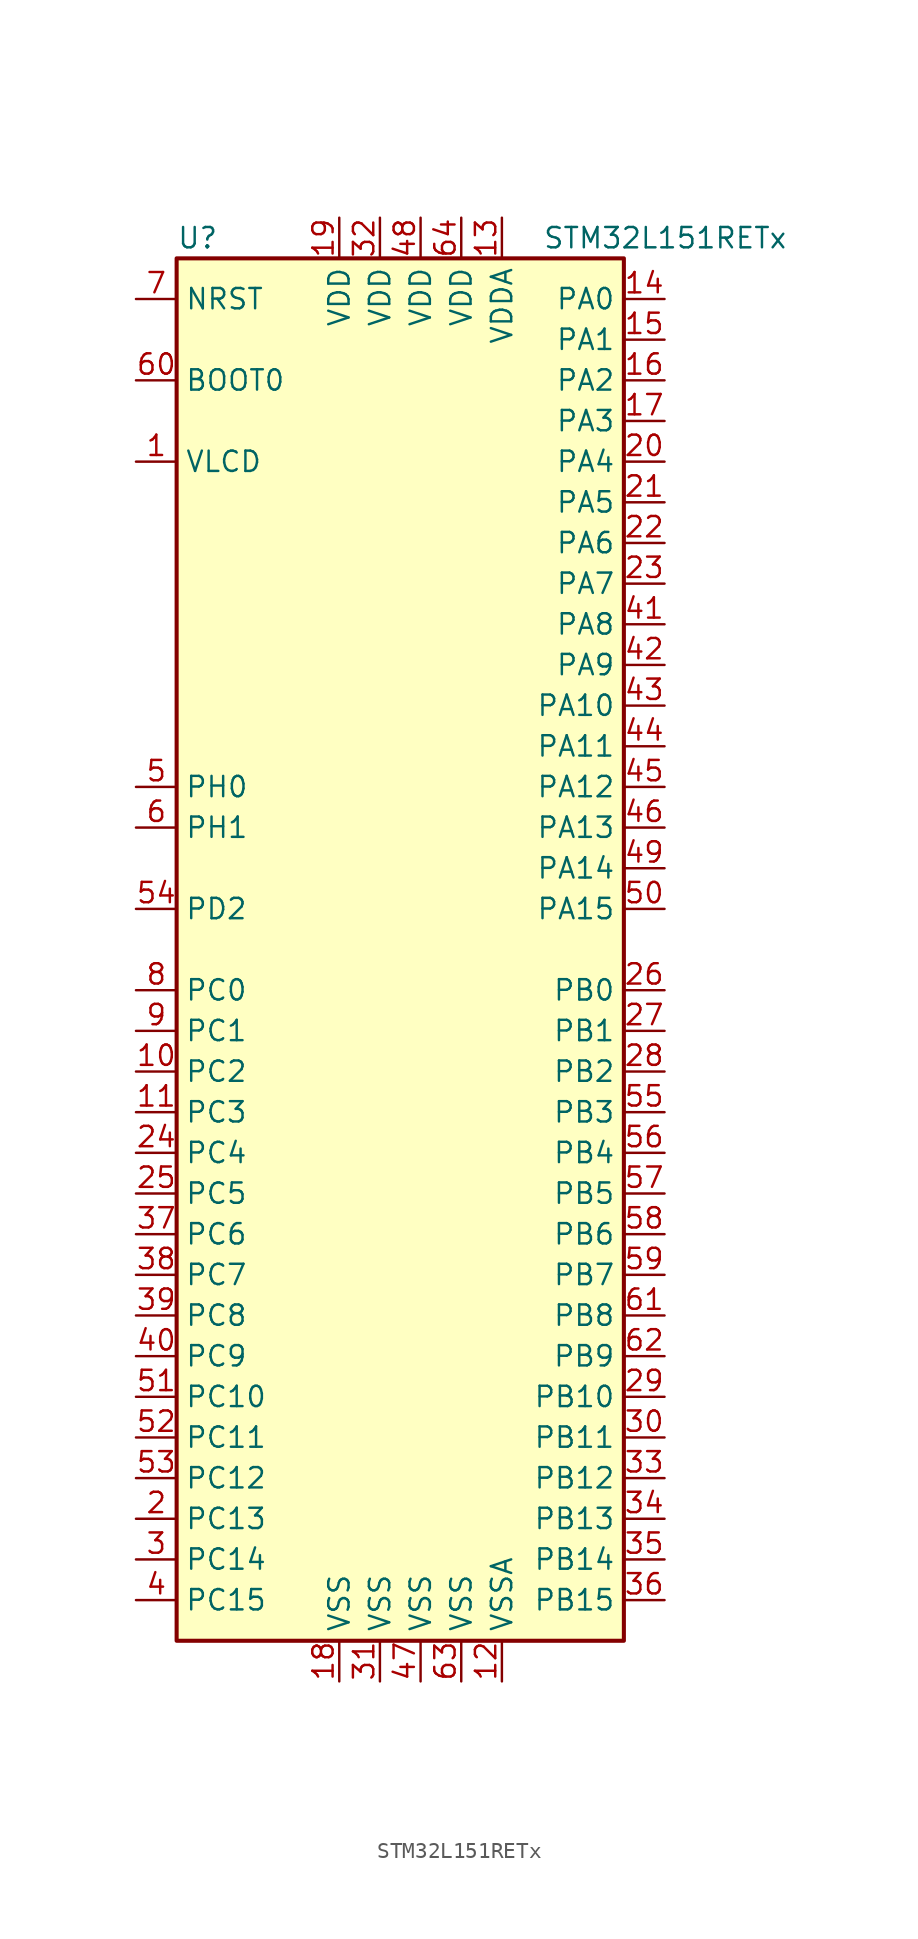
<source format=kicad_sym>
(kicad_symbol_lib
  (version 20201005)
  (generator kicad_symbol_editor)
  (symbol "STM32L151RETx"
    (property "Reference" "U"
      (at -15.24 44.45 0)
      (effects (font (size 1.27 1.27)) (justify left)))
    (property "Value" "STM32L151RETx"
      (at 7.62 44.45 0)
      (effects (font (size 1.27 1.27)) (justify left)))
    (symbol "STM32L151RETx_0_1"
      (rectangle (start -15.24 -43.18) (end 12.7 43.18) (stroke (width 0.254)) (fill (type background))))
    (symbol "STM32L151RETx_1_1"
      (pin input line (at -17.78 35.56 0) (length 2.54) (name "BOOT0" (effects (font (size 1.27 1.27)))) (number "60" (effects (font (size 1.27 1.27)))))
      (pin input line (at -17.78 40.64 0) (length 2.54) (name "NRST" (effects (font (size 1.27 1.27)))) (number "7" (effects (font (size 1.27 1.27)))))
      (pin bidirectional line (at 15.24 40.64 180) (length 2.54) (name "PA0" (effects (font (size 1.27 1.27)))) (number "14" (effects (font (size 1.27 1.27)))))
      (pin bidirectional line (at 15.24 38.1 180) (length 2.54) (name "PA1" (effects (font (size 1.27 1.27)))) (number "15" (effects (font (size 1.27 1.27)))))
      (pin bidirectional line (at 15.24 15.24 180) (length 2.54) (name "PA10" (effects (font (size 1.27 1.27)))) (number "43" (effects (font (size 1.27 1.27)))))
      (pin bidirectional line (at 15.24 12.7 180) (length 2.54) (name "PA11" (effects (font (size 1.27 1.27)))) (number "44" (effects (font (size 1.27 1.27)))))
      (pin bidirectional line (at 15.24 10.16 180) (length 2.54) (name "PA12" (effects (font (size 1.27 1.27)))) (number "45" (effects (font (size 1.27 1.27)))))
      (pin bidirectional line (at 15.24 7.62 180) (length 2.54) (name "PA13" (effects (font (size 1.27 1.27)))) (number "46" (effects (font (size 1.27 1.27)))))
      (pin bidirectional line (at 15.24 5.08 180) (length 2.54) (name "PA14" (effects (font (size 1.27 1.27)))) (number "49" (effects (font (size 1.27 1.27)))))
      (pin bidirectional line (at 15.24 2.54 180) (length 2.54) (name "PA15" (effects (font (size 1.27 1.27)))) (number "50" (effects (font (size 1.27 1.27)))))
      (pin bidirectional line (at 15.24 35.56 180) (length 2.54) (name "PA2" (effects (font (size 1.27 1.27)))) (number "16" (effects (font (size 1.27 1.27)))))
      (pin bidirectional line (at 15.24 33.02 180) (length 2.54) (name "PA3" (effects (font (size 1.27 1.27)))) (number "17" (effects (font (size 1.27 1.27)))))
      (pin bidirectional line (at 15.24 30.48 180) (length 2.54) (name "PA4" (effects (font (size 1.27 1.27)))) (number "20" (effects (font (size 1.27 1.27)))))
      (pin bidirectional line (at 15.24 27.94 180) (length 2.54) (name "PA5" (effects (font (size 1.27 1.27)))) (number "21" (effects (font (size 1.27 1.27)))))
      (pin bidirectional line (at 15.24 25.4 180) (length 2.54) (name "PA6" (effects (font (size 1.27 1.27)))) (number "22" (effects (font (size 1.27 1.27)))))
      (pin bidirectional line (at 15.24 22.86 180) (length 2.54) (name "PA7" (effects (font (size 1.27 1.27)))) (number "23" (effects (font (size 1.27 1.27)))))
      (pin bidirectional line (at 15.24 20.32 180) (length 2.54) (name "PA8" (effects (font (size 1.27 1.27)))) (number "41" (effects (font (size 1.27 1.27)))))
      (pin bidirectional line (at 15.24 17.78 180) (length 2.54) (name "PA9" (effects (font (size 1.27 1.27)))) (number "42" (effects (font (size 1.27 1.27)))))
      (pin bidirectional line (at 15.24 -2.54 180) (length 2.54) (name "PB0" (effects (font (size 1.27 1.27)))) (number "26" (effects (font (size 1.27 1.27)))))
      (pin bidirectional line (at 15.24 -5.08 180) (length 2.54) (name "PB1" (effects (font (size 1.27 1.27)))) (number "27" (effects (font (size 1.27 1.27)))))
      (pin bidirectional line (at 15.24 -27.94 180) (length 2.54) (name "PB10" (effects (font (size 1.27 1.27)))) (number "29" (effects (font (size 1.27 1.27)))))
      (pin bidirectional line (at 15.24 -30.48 180) (length 2.54) (name "PB11" (effects (font (size 1.27 1.27)))) (number "30" (effects (font (size 1.27 1.27)))))
      (pin bidirectional line (at 15.24 -33.02 180) (length 2.54) (name "PB12" (effects (font (size 1.27 1.27)))) (number "33" (effects (font (size 1.27 1.27)))))
      (pin bidirectional line (at 15.24 -35.56 180) (length 2.54) (name "PB13" (effects (font (size 1.27 1.27)))) (number "34" (effects (font (size 1.27 1.27)))))
      (pin bidirectional line (at 15.24 -38.1 180) (length 2.54) (name "PB14" (effects (font (size 1.27 1.27)))) (number "35" (effects (font (size 1.27 1.27)))))
      (pin bidirectional line (at 15.24 -40.64 180) (length 2.54) (name "PB15" (effects (font (size 1.27 1.27)))) (number "36" (effects (font (size 1.27 1.27)))))
      (pin bidirectional line (at 15.24 -7.62 180) (length 2.54) (name "PB2" (effects (font (size 1.27 1.27)))) (number "28" (effects (font (size 1.27 1.27)))))
      (pin bidirectional line (at 15.24 -10.16 180) (length 2.54) (name "PB3" (effects (font (size 1.27 1.27)))) (number "55" (effects (font (size 1.27 1.27)))))
      (pin bidirectional line (at 15.24 -12.7 180) (length 2.54) (name "PB4" (effects (font (size 1.27 1.27)))) (number "56" (effects (font (size 1.27 1.27)))))
      (pin bidirectional line (at 15.24 -15.24 180) (length 2.54) (name "PB5" (effects (font (size 1.27 1.27)))) (number "57" (effects (font (size 1.27 1.27)))))
      (pin bidirectional line (at 15.24 -17.78 180) (length 2.54) (name "PB6" (effects (font (size 1.27 1.27)))) (number "58" (effects (font (size 1.27 1.27)))))
      (pin bidirectional line (at 15.24 -20.32 180) (length 2.54) (name "PB7" (effects (font (size 1.27 1.27)))) (number "59" (effects (font (size 1.27 1.27)))))
      (pin bidirectional line (at 15.24 -22.86 180) (length 2.54) (name "PB8" (effects (font (size 1.27 1.27)))) (number "61" (effects (font (size 1.27 1.27)))))
      (pin bidirectional line (at 15.24 -25.4 180) (length 2.54) (name "PB9" (effects (font (size 1.27 1.27)))) (number "62" (effects (font (size 1.27 1.27)))))
      (pin bidirectional line (at -17.78 -2.54 0) (length 2.54) (name "PC0" (effects (font (size 1.27 1.27)))) (number "8" (effects (font (size 1.27 1.27)))))
      (pin bidirectional line (at -17.78 -5.08 0) (length 2.54) (name "PC1" (effects (font (size 1.27 1.27)))) (number "9" (effects (font (size 1.27 1.27)))))
      (pin bidirectional line (at -17.78 -27.94 0) (length 2.54) (name "PC10" (effects (font (size 1.27 1.27)))) (number "51" (effects (font (size 1.27 1.27)))))
      (pin bidirectional line (at -17.78 -30.48 0) (length 2.54) (name "PC11" (effects (font (size 1.27 1.27)))) (number "52" (effects (font (size 1.27 1.27)))))
      (pin bidirectional line (at -17.78 -33.02 0) (length 2.54) (name "PC12" (effects (font (size 1.27 1.27)))) (number "53" (effects (font (size 1.27 1.27)))))
      (pin bidirectional line (at -17.78 -35.56 0) (length 2.54) (name "PC13" (effects (font (size 1.27 1.27)))) (number "2" (effects (font (size 1.27 1.27)))))
      (pin bidirectional line (at -17.78 -38.1 0) (length 2.54) (name "PC14" (effects (font (size 1.27 1.27)))) (number "3" (effects (font (size 1.27 1.27)))))
      (pin bidirectional line (at -17.78 -40.64 0) (length 2.54) (name "PC15" (effects (font (size 1.27 1.27)))) (number "4" (effects (font (size 1.27 1.27)))))
      (pin bidirectional line (at -17.78 -7.62 0) (length 2.54) (name "PC2" (effects (font (size 1.27 1.27)))) (number "10" (effects (font (size 1.27 1.27)))))
      (pin bidirectional line (at -17.78 -10.16 0) (length 2.54) (name "PC3" (effects (font (size 1.27 1.27)))) (number "11" (effects (font (size 1.27 1.27)))))
      (pin bidirectional line (at -17.78 -12.7 0) (length 2.54) (name "PC4" (effects (font (size 1.27 1.27)))) (number "24" (effects (font (size 1.27 1.27)))))
      (pin bidirectional line (at -17.78 -15.24 0) (length 2.54) (name "PC5" (effects (font (size 1.27 1.27)))) (number "25" (effects (font (size 1.27 1.27)))))
      (pin bidirectional line (at -17.78 -17.78 0) (length 2.54) (name "PC6" (effects (font (size 1.27 1.27)))) (number "37" (effects (font (size 1.27 1.27)))))
      (pin bidirectional line (at -17.78 -20.32 0) (length 2.54) (name "PC7" (effects (font (size 1.27 1.27)))) (number "38" (effects (font (size 1.27 1.27)))))
      (pin bidirectional line (at -17.78 -22.86 0) (length 2.54) (name "PC8" (effects (font (size 1.27 1.27)))) (number "39" (effects (font (size 1.27 1.27)))))
      (pin bidirectional line (at -17.78 -25.4 0) (length 2.54) (name "PC9" (effects (font (size 1.27 1.27)))) (number "40" (effects (font (size 1.27 1.27)))))
      (pin bidirectional line (at -17.78 2.54 0) (length 2.54) (name "PD2" (effects (font (size 1.27 1.27)))) (number "54" (effects (font (size 1.27 1.27)))))
      (pin input line (at -17.78 10.16 0) (length 2.54) (name "PH0" (effects (font (size 1.27 1.27)))) (number "5" (effects (font (size 1.27 1.27)))))
      (pin input line (at -17.78 7.62 0) (length 2.54) (name "PH1" (effects (font (size 1.27 1.27)))) (number "6" (effects (font (size 1.27 1.27)))))
      (pin power_in line (at -5.08 45.72 270) (length 2.54) (name "VDD" (effects (font (size 1.27 1.27)))) (number "19" (effects (font (size 1.27 1.27)))))
      (pin power_in line (at -2.54 45.72 270) (length 2.54) (name "VDD" (effects (font (size 1.27 1.27)))) (number "32" (effects (font (size 1.27 1.27)))))
      (pin power_in line (at 0 45.72 270) (length 2.54) (name "VDD" (effects (font (size 1.27 1.27)))) (number "48" (effects (font (size 1.27 1.27)))))
      (pin power_in line (at 2.54 45.72 270) (length 2.54) (name "VDD" (effects (font (size 1.27 1.27)))) (number "64" (effects (font (size 1.27 1.27)))))
      (pin power_in line (at 5.08 45.72 270) (length 2.54) (name "VDDA" (effects (font (size 1.27 1.27)))) (number "13" (effects (font (size 1.27 1.27)))))
      (pin power_in line (at -17.78 30.48 0) (length 2.54) (name "VLCD" (effects (font (size 1.27 1.27)))) (number "1" (effects (font (size 1.27 1.27)))))
      (pin power_in line (at -5.08 -45.72 90) (length 2.54) (name "VSS" (effects (font (size 1.27 1.27)))) (number "18" (effects (font (size 1.27 1.27)))))
      (pin power_in line (at -2.54 -45.72 90) (length 2.54) (name "VSS" (effects (font (size 1.27 1.27)))) (number "31" (effects (font (size 1.27 1.27)))))
      (pin power_in line (at 0 -45.72 90) (length 2.54) (name "VSS" (effects (font (size 1.27 1.27)))) (number "47" (effects (font (size 1.27 1.27)))))
      (pin power_in line (at 2.54 -45.72 90) (length 2.54) (name "VSS" (effects (font (size 1.27 1.27)))) (number "63" (effects (font (size 1.27 1.27)))))
      (pin power_in line (at 5.08 -45.72 90) (length 2.54) (name "VSSA" (effects (font (size 1.27 1.27)))) (number "12" (effects (font (size 1.27 1.27))))))))
</source>
